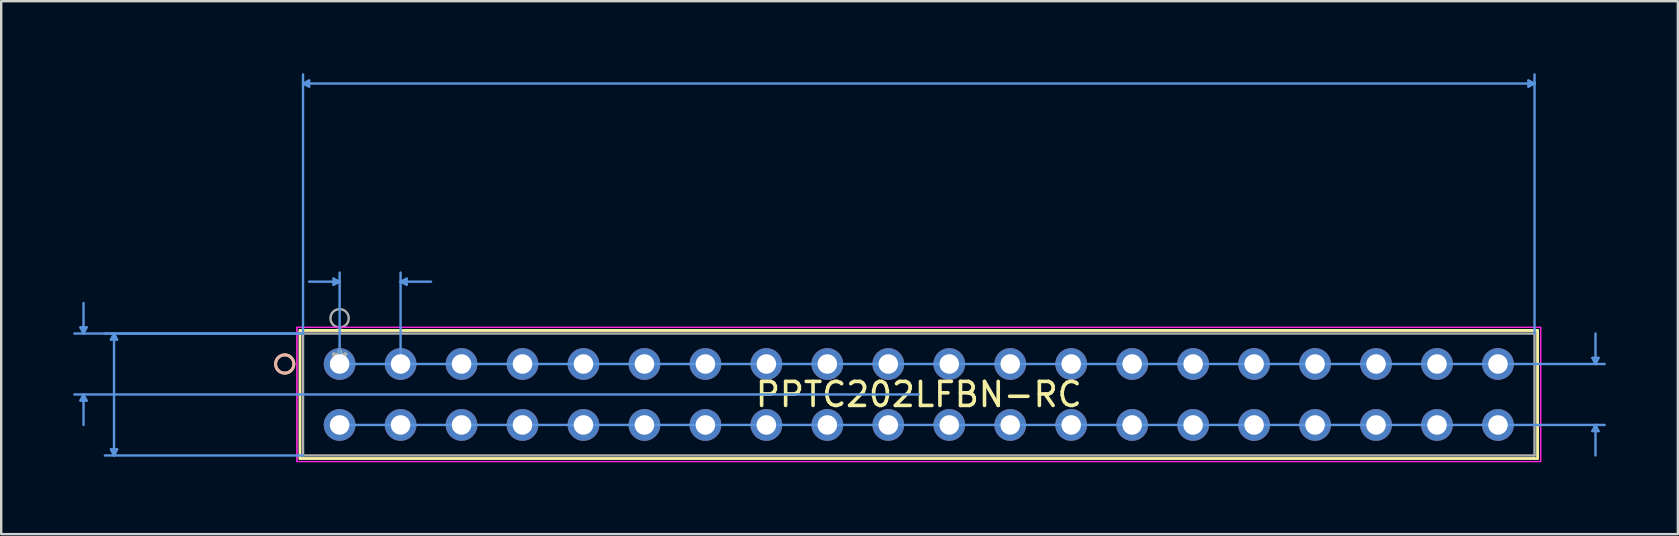
<source format=kicad_pcb>
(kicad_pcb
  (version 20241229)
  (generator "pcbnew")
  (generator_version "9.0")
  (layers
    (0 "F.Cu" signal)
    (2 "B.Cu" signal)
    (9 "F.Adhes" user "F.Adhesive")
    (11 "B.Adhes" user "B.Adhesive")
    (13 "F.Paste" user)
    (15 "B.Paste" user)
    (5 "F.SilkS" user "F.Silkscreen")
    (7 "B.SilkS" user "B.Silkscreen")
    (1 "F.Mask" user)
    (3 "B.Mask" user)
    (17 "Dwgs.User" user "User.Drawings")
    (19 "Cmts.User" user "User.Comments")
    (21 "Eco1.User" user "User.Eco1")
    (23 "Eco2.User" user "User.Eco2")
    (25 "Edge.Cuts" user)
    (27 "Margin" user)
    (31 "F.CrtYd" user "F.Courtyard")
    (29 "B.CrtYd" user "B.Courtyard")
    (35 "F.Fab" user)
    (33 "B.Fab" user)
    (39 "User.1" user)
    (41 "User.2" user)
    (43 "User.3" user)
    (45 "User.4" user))
  (footprint "PPTC202LFBN-RC"
    (layer "F.Cu")
    (at 11.099 12.115)
    (property "Reference" "PPTC202LFBN-RC" (at 24.13 1.27 0) (layer "F.SilkS") (effects (font (size 1 1) (thickness 0.15))))
    (attr through_hole)
    (fp_line (start -1.651 -1.397) (end -1.651 3.937) (stroke (width 0.12) (type solid)) (layer "F.SilkS"))
    (fp_line (start -1.651 3.937) (end 49.911 3.937) (stroke (width 0.12) (type solid)) (layer "F.SilkS"))
    (fp_line (start 49.911 -1.397) (end -1.651 -1.397) (stroke (width 0.12) (type solid)) (layer "F.SilkS"))
    (fp_line (start 49.911 3.937) (end 49.911 -1.397) (stroke (width 0.12) (type solid)) (layer "F.SilkS"))
    (fp_circle (center -2.286 0) (end -1.905 0) (stroke (width 0.12) (type solid)) (fill no) (layer "F.SilkS"))
    (fp_circle (center -2.286 0) (end -1.905 0) (stroke (width 0.12) (type solid)) (fill no) (layer "B.SilkS"))
    (fp_line (start -10.795 -1.524) (end -10.541 -1.524) (stroke (width 0.1) (type solid)) (layer "Cmts.User"))
    (fp_line (start -10.795 1.524) (end -10.541 1.524) (stroke (width 0.1) (type solid)) (layer "Cmts.User"))
    (fp_line (start -10.668 -1.27) (end -10.795 -1.524) (stroke (width 0.1) (type solid)) (layer "Cmts.User"))
    (fp_line (start -10.668 -1.27) (end -10.668 -2.54) (stroke (width 0.1) (type solid)) (layer "Cmts.User"))
    (fp_line (start -10.668 -1.27) (end -10.541 -1.524) (stroke (width 0.1) (type solid)) (layer "Cmts.User"))
    (fp_line (start -10.668 1.27) (end -10.795 1.524) (stroke (width 0.1) (type solid)) (layer "Cmts.User"))
    (fp_line (start -10.668 1.27) (end -10.668 2.54) (stroke (width 0.1) (type solid)) (layer "Cmts.User"))
    (fp_line (start -10.668 1.27) (end -10.541 1.524) (stroke (width 0.1) (type solid)) (layer "Cmts.User"))
    (fp_line (start -9.525 -1.016) (end -9.271 -1.016) (stroke (width 0.1) (type solid)) (layer "Cmts.User"))
    (fp_line (start -9.525 3.556) (end -9.271 3.556) (stroke (width 0.1) (type solid)) (layer "Cmts.User"))
    (fp_line (start -9.398 -1.27) (end -9.525 -1.016) (stroke (width 0.1) (type solid)) (layer "Cmts.User"))
    (fp_line (start -9.398 -1.27) (end -9.398 3.81) (stroke (width 0.1) (type solid)) (layer "Cmts.User"))
    (fp_line (start -9.398 -1.27) (end -9.271 -1.016) (stroke (width 0.1) (type solid)) (layer "Cmts.User"))
    (fp_line (start -9.398 3.81) (end -9.525 3.556) (stroke (width 0.1) (type solid)) (layer "Cmts.User"))
    (fp_line (start -9.398 3.81) (end -9.271 3.556) (stroke (width 0.1) (type solid)) (layer "Cmts.User"))
    (fp_line (start -1.524 -11.684) (end -1.27 -11.811) (stroke (width 0.1) (type solid)) (layer "Cmts.User"))
    (fp_line (start -1.524 -11.684) (end -1.27 -11.557) (stroke (width 0.1) (type solid)) (layer "Cmts.User"))
    (fp_line (start -1.524 -11.684) (end 49.784 -11.684) (stroke (width 0.1) (type solid)) (layer "Cmts.User"))
    (fp_line (start -1.524 -1.27) (end -11.049 -1.27) (stroke (width 0.1) (type solid)) (layer "Cmts.User"))
    (fp_line (start -1.524 -1.27) (end -9.779 -1.27) (stroke (width 0.1) (type solid)) (layer "Cmts.User"))
    (fp_line (start -1.524 -1.27) (end -1.524 -12.065) (stroke (width 0.1) (type solid)) (layer "Cmts.User"))
    (fp_line (start -1.524 3.81) (end -9.779 3.81) (stroke (width 0.1) (type solid)) (layer "Cmts.User"))
    (fp_line (start -1.27 -11.811) (end -1.27 -11.557) (stroke (width 0.1) (type solid)) (layer "Cmts.User"))
    (fp_line (start -0.254 -3.556) (end -0.254 -3.302) (stroke (width 0.1) (type solid)) (layer "Cmts.User"))
    (fp_line (start 0 -3.429) (end -1.27 -3.429) (stroke (width 0.1) (type solid)) (layer "Cmts.User"))
    (fp_line (start 0 -3.429) (end -0.254 -3.556) (stroke (width 0.1) (type solid)) (layer "Cmts.User"))
    (fp_line (start 0 -3.429) (end -0.254 -3.302) (stroke (width 0.1) (type solid)) (layer "Cmts.User"))
    (fp_line (start 0 0) (end 0 -3.81) (stroke (width 0.1) (type solid)) (layer "Cmts.User"))
    (fp_line (start 0 0) (end 52.705 0) (stroke (width 0.1) (type solid)) (layer "Cmts.User"))
    (fp_line (start 0 2.54) (end 52.705 2.54) (stroke (width 0.1) (type solid)) (layer "Cmts.User"))
    (fp_line (start 2.54 -3.429) (end 2.794 -3.556) (stroke (width 0.1) (type solid)) (layer "Cmts.User"))
    (fp_line (start 2.54 -3.429) (end 2.794 -3.302) (stroke (width 0.1) (type solid)) (layer "Cmts.User"))
    (fp_line (start 2.54 -3.429) (end 3.81 -3.429) (stroke (width 0.1) (type solid)) (layer "Cmts.User"))
    (fp_line (start 2.54 0) (end 2.54 -3.81) (stroke (width 0.1) (type solid)) (layer "Cmts.User"))
    (fp_line (start 2.794 -3.556) (end 2.794 -3.302) (stroke (width 0.1) (type solid)) (layer "Cmts.User"))
    (fp_line (start 24.13 1.27) (end -11.049 1.27) (stroke (width 0.1) (type solid)) (layer "Cmts.User"))
    (fp_line (start 49.53 -11.811) (end 49.53 -11.557) (stroke (width 0.1) (type solid)) (layer "Cmts.User"))
    (fp_line (start 49.784 -11.684) (end 49.53 -11.811) (stroke (width 0.1) (type solid)) (layer "Cmts.User"))
    (fp_line (start 49.784 -11.684) (end 49.53 -11.557) (stroke (width 0.1) (type solid)) (layer "Cmts.User"))
    (fp_line (start 49.784 -1.27) (end 49.784 -12.065) (stroke (width 0.1) (type solid)) (layer "Cmts.User"))
    (fp_line (start 52.197 -0.254) (end 52.451 -0.254) (stroke (width 0.1) (type solid)) (layer "Cmts.User"))
    (fp_line (start 52.197 2.794) (end 52.451 2.794) (stroke (width 0.1) (type solid)) (layer "Cmts.User"))
    (fp_line (start 52.324 0) (end 52.197 -0.254) (stroke (width 0.1) (type solid)) (layer "Cmts.User"))
    (fp_line (start 52.324 0) (end 52.324 -1.27) (stroke (width 0.1) (type solid)) (layer "Cmts.User"))
    (fp_line (start 52.324 0) (end 52.451 -0.254) (stroke (width 0.1) (type solid)) (layer "Cmts.User"))
    (fp_line (start 52.324 2.54) (end 52.197 2.794) (stroke (width 0.1) (type solid)) (layer "Cmts.User"))
    (fp_line (start 52.324 2.54) (end 52.324 3.81) (stroke (width 0.1) (type solid)) (layer "Cmts.User"))
    (fp_line (start 52.324 2.54) (end 52.451 2.794) (stroke (width 0.1) (type solid)) (layer "Cmts.User"))
    (fp_line (start -1.778 -1.524) (end -1.778 4.064) (stroke (width 0.05) (type solid)) (layer "F.CrtYd"))
    (fp_line (start -1.778 -1.524) (end -1.778 4.064) (stroke (width 0.05) (type solid)) (layer "F.CrtYd"))
    (fp_line (start -1.778 4.064) (end 50.038 4.064) (stroke (width 0.05) (type solid)) (layer "F.CrtYd"))
    (fp_line (start -1.778 4.064) (end 50.038 4.064) (stroke (width 0.05) (type solid)) (layer "F.CrtYd"))
    (fp_line (start 50.038 -1.524) (end -1.778 -1.524) (stroke (width 0.05) (type solid)) (layer "F.CrtYd"))
    (fp_line (start 50.038 -1.524) (end -1.778 -1.524) (stroke (width 0.05) (type solid)) (layer "F.CrtYd"))
    (fp_line (start 50.038 4.064) (end 50.038 -1.524) (stroke (width 0.05) (type solid)) (layer "F.CrtYd"))
    (fp_line (start 50.038 4.064) (end 50.038 -1.524) (stroke (width 0.05) (type solid)) (layer "F.CrtYd"))
    (fp_line (start -1.524 -1.27) (end -1.524 3.81) (stroke (width 0.1) (type solid)) (layer "F.Fab"))
    (fp_line (start -1.524 3.81) (end 49.784 3.81) (stroke (width 0.1) (type solid)) (layer "F.Fab"))
    (fp_line (start 49.784 -1.27) (end -1.524 -1.27) (stroke (width 0.1) (type solid)) (layer "F.Fab"))
    (fp_line (start 49.784 3.81) (end 49.784 -1.27) (stroke (width 0.1) (type solid)) (layer "F.Fab"))
    (fp_circle (center 0 -1.905) (end 0.381 -1.905) (stroke (width 0.1) (type solid)) (fill no) (layer "F.Fab"))
    (fp_text user "*" (at 0 0 0) (layer "F.SilkS") (effects (font (size 1 1) (thickness 0.15))))
    (fp_text user "Copyright 2021 Accelerated Designs. All rights reserved." (at 0 0 0) (layer "Cmts.User") (effects (font (size 0.127 0.127) (thickness 0.002))))
    (fp_text user "*" (at 0 0 0) (layer "F.Fab") (effects (font (size 1 1) (thickness 0.15))))
    (pad "1" thru_hole circle (at 0 0) (size 1.321 1.321) (drill 0.813) (layers "*.Cu" "*.Mask"))
    (pad "2" thru_hole circle (at 0 2.54) (size 1.321 1.321) (drill 0.813) (layers "*.Cu" "*.Mask"))
    (pad "3" thru_hole circle (at 2.54 0) (size 1.321 1.321) (drill 0.813) (layers "*.Cu" "*.Mask"))
    (pad "4" thru_hole circle (at 2.54 2.54) (size 1.321 1.321) (drill 0.813) (layers "*.Cu" "*.Mask"))
    (pad "5" thru_hole circle (at 5.08 0) (size 1.321 1.321) (drill 0.813) (layers "*.Cu" "*.Mask"))
    (pad "6" thru_hole circle (at 5.08 2.54) (size 1.321 1.321) (drill 0.813) (layers "*.Cu" "*.Mask"))
    (pad "7" thru_hole circle (at 7.62 0) (size 1.321 1.321) (drill 0.813) (layers "*.Cu" "*.Mask"))
    (pad "8" thru_hole circle (at 7.62 2.54) (size 1.321 1.321) (drill 0.813) (layers "*.Cu" "*.Mask"))
    (pad "9" thru_hole circle (at 10.16 0) (size 1.321 1.321) (drill 0.813) (layers "*.Cu" "*.Mask"))
    (pad "10" thru_hole circle (at 10.16 2.54) (size 1.321 1.321) (drill 0.813) (layers "*.Cu" "*.Mask"))
    (pad "11" thru_hole circle (at 12.7 0) (size 1.321 1.321) (drill 0.813) (layers "*.Cu" "*.Mask"))
    (pad "12" thru_hole circle (at 12.7 2.54) (size 1.321 1.321) (drill 0.813) (layers "*.Cu" "*.Mask"))
    (pad "13" thru_hole circle (at 15.24 0) (size 1.321 1.321) (drill 0.813) (layers "*.Cu" "*.Mask"))
    (pad "14" thru_hole circle (at 15.24 2.54) (size 1.321 1.321) (drill 0.813) (layers "*.Cu" "*.Mask"))
    (pad "15" thru_hole circle (at 17.78 0) (size 1.321 1.321) (drill 0.813) (layers "*.Cu" "*.Mask"))
    (pad "16" thru_hole circle (at 17.78 2.54) (size 1.321 1.321) (drill 0.813) (layers "*.Cu" "*.Mask"))
    (pad "17" thru_hole circle (at 20.32 0) (size 1.321 1.321) (drill 0.813) (layers "*.Cu" "*.Mask"))
    (pad "18" thru_hole circle (at 20.32 2.54) (size 1.321 1.321) (drill 0.813) (layers "*.Cu" "*.Mask"))
    (pad "19" thru_hole circle (at 22.86 0) (size 1.321 1.321) (drill 0.813) (layers "*.Cu" "*.Mask"))
    (pad "20" thru_hole circle (at 22.86 2.54) (size 1.321 1.321) (drill 0.813) (layers "*.Cu" "*.Mask"))
    (pad "21" thru_hole circle (at 25.4 0) (size 1.321 1.321) (drill 0.813) (layers "*.Cu" "*.Mask"))
    (pad "22" thru_hole circle (at 25.4 2.54) (size 1.321 1.321) (drill 0.813) (layers "*.Cu" "*.Mask"))
    (pad "23" thru_hole circle (at 27.94 0) (size 1.321 1.321) (drill 0.813) (layers "*.Cu" "*.Mask"))
    (pad "24" thru_hole circle (at 27.94 2.54) (size 1.321 1.321) (drill 0.813) (layers "*.Cu" "*.Mask"))
    (pad "25" thru_hole circle (at 30.48 0) (size 1.321 1.321) (drill 0.813) (layers "*.Cu" "*.Mask"))
    (pad "26" thru_hole circle (at 30.48 2.54) (size 1.321 1.321) (drill 0.813) (layers "*.Cu" "*.Mask"))
    (pad "27" thru_hole circle (at 33.02 0) (size 1.321 1.321) (drill 0.813) (layers "*.Cu" "*.Mask"))
    (pad "28" thru_hole circle (at 33.02 2.54) (size 1.321 1.321) (drill 0.813) (layers "*.Cu" "*.Mask"))
    (pad "29" thru_hole circle (at 35.56 0) (size 1.321 1.321) (drill 0.813) (layers "*.Cu" "*.Mask"))
    (pad "30" thru_hole circle (at 35.56 2.54) (size 1.321 1.321) (drill 0.813) (layers "*.Cu" "*.Mask"))
    (pad "31" thru_hole circle (at 38.1 0) (size 1.321 1.321) (drill 0.813) (layers "*.Cu" "*.Mask"))
    (pad "32" thru_hole circle (at 38.1 2.54) (size 1.321 1.321) (drill 0.813) (layers "*.Cu" "*.Mask"))
    (pad "33" thru_hole circle (at 40.64 0) (size 1.321 1.321) (drill 0.813) (layers "*.Cu" "*.Mask"))
    (pad "34" thru_hole circle (at 40.64 2.54) (size 1.321 1.321) (drill 0.813) (layers "*.Cu" "*.Mask"))
    (pad "35" thru_hole circle (at 43.18 0) (size 1.321 1.321) (drill 0.813) (layers "*.Cu" "*.Mask"))
    (pad "36" thru_hole circle (at 43.18 2.54) (size 1.321 1.321) (drill 0.813) (layers "*.Cu" "*.Mask"))
    (pad "37" thru_hole circle (at 45.72 0) (size 1.321 1.321) (drill 0.813) (layers "*.Cu" "*.Mask"))
    (pad "38" thru_hole circle (at 45.72 2.54) (size 1.321 1.321) (drill 0.813) (layers "*.Cu" "*.Mask"))
    (pad "39" thru_hole circle (at 48.26 0) (size 1.321 1.321) (drill 0.813) (layers "*.Cu" "*.Mask"))
    (pad "40" thru_hole circle (at 48.26 2.54) (size 1.321 1.321) (drill 0.813) (layers "*.Cu" "*.Mask")))
  (gr_rect
    (start -3 -3)
    (end 66.854 19.204)
    (stroke (width 0.1) (type default))
    (fill no)
    (layer "Edge.Cuts")))
</source>
